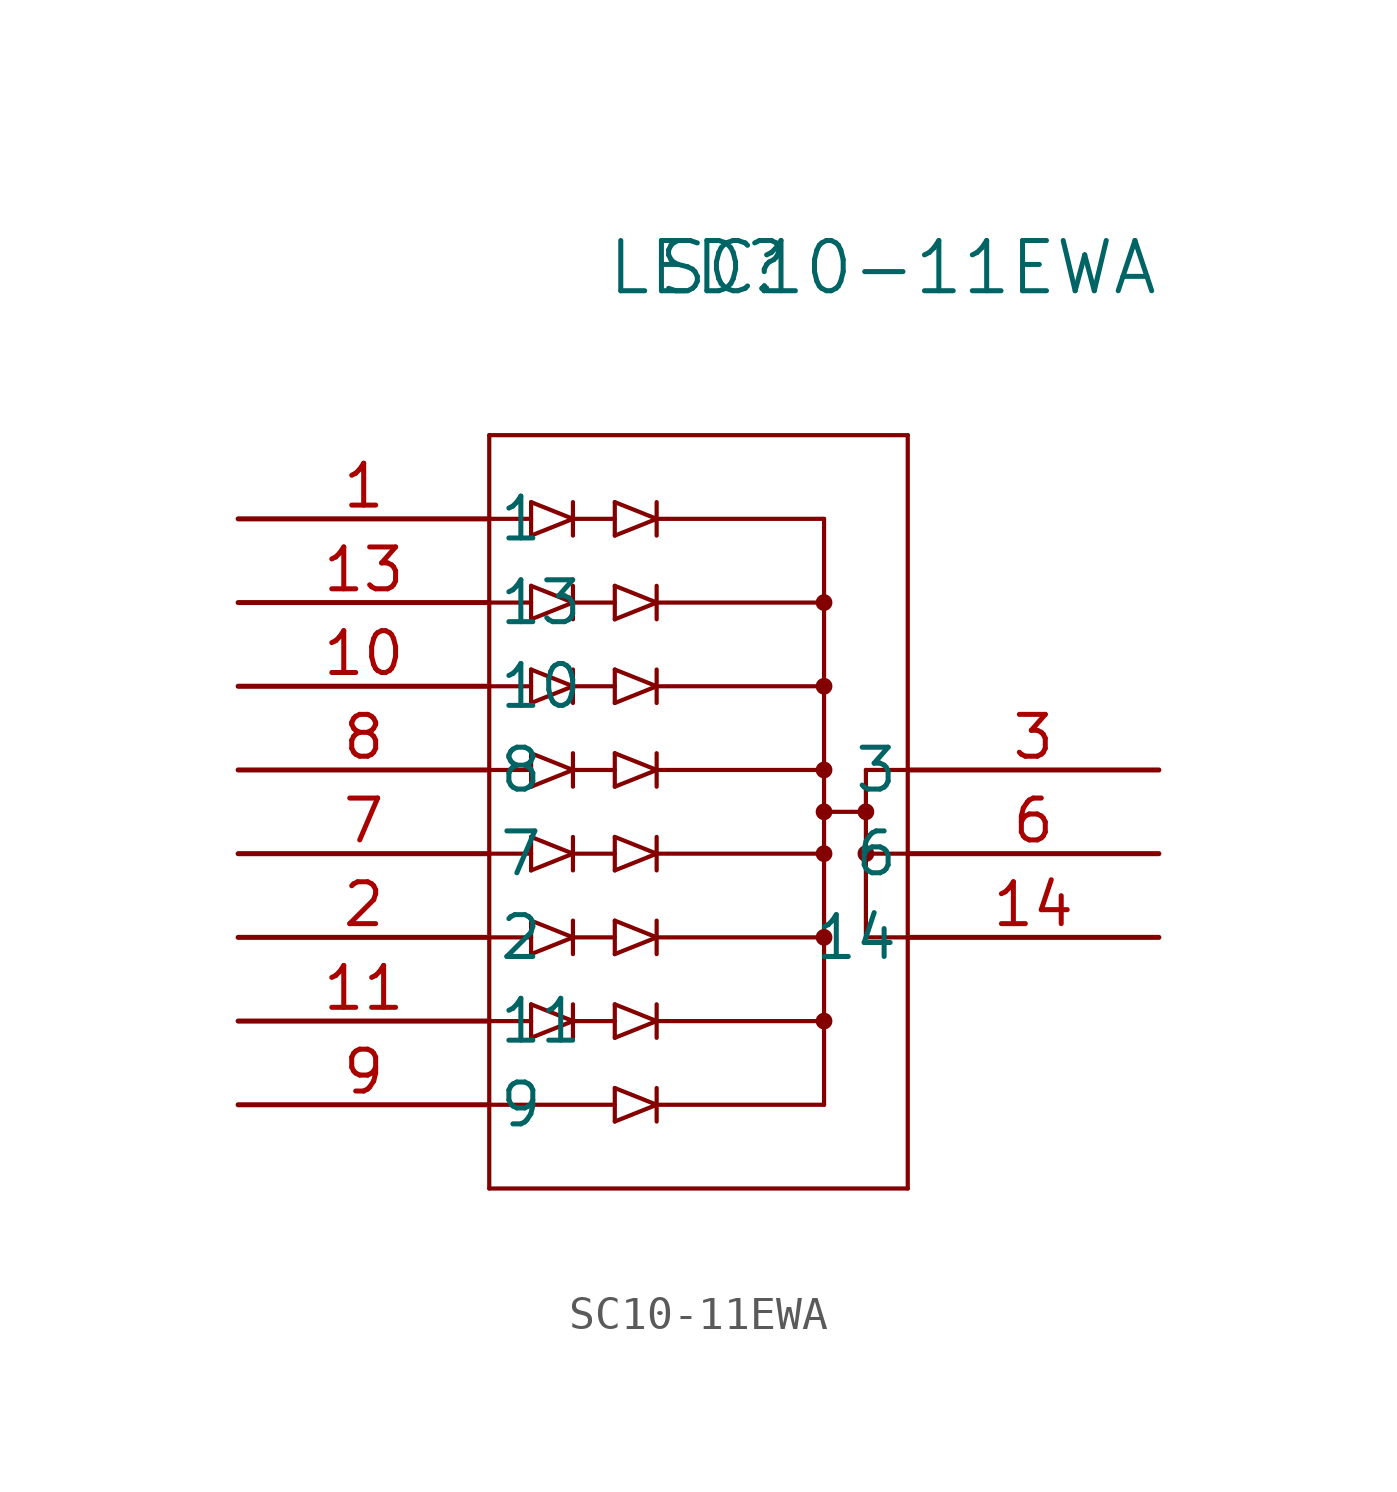
<source format=kicad_sym>
(kicad_symbol_lib
  (version 20211014)
  (generator kicad_symbol_editor)
  (symbol "SC10-11EWA"
    (pin_names
      (offset 0.254))
    (property "Reference" "LED"
      (at 13.97 7.62 0)
      (effects (font (size 1.524 1.524))))
    (property "Value" "SC10-11EWA"
      (at 20.32 7.62 0)
      (effects (font (size 1.524 1.524))))
    (symbol "SC10-11EWA_0_1"
      (polyline (pts (xy 7.62 2.54) (xy 7.62 -20.32)) (stroke (width 0.127) (type default) (color 0 0 0 0)) (fill (type none)))
      (polyline (pts (xy 7.62 -20.32) (xy 20.32 -20.32)) (stroke (width 0.127) (type default) (color 0 0 0 0)) (fill (type none)))
      (polyline (pts (xy 20.32 -20.32) (xy 20.32 2.54)) (stroke (width 0.127) (type default) (color 0 0 0 0)) (fill (type none)))
      (polyline (pts (xy 20.32 2.54) (xy 7.62 2.54)) (stroke (width 0.127) (type default) (color 0 0 0 0)) (fill (type none)))
      (polyline (pts (xy 17.78 0) (xy 12.7 0)) (stroke (width 0.127) (type default) (color 0 0 0 0)) (fill (type none)))
      (polyline (pts (xy 17.78 -2.54) (xy 12.7 -2.54)) (stroke (width 0.127) (type default) (color 0 0 0 0)) (fill (type none)))
      (polyline (pts (xy 17.78 -5.08) (xy 12.7 -5.08)) (stroke (width 0.127) (type default) (color 0 0 0 0)) (fill (type none)))
      (polyline (pts (xy 17.78 -7.62) (xy 12.7 -7.62)) (stroke (width 0.127) (type default) (color 0 0 0 0)) (fill (type none)))
      (polyline (pts (xy 17.78 -10.16) (xy 12.7 -10.16)) (stroke (width 0.127) (type default) (color 0 0 0 0)) (fill (type none)))
      (polyline (pts (xy 17.78 -12.7) (xy 12.7 -12.7)) (stroke (width 0.127) (type default) (color 0 0 0 0)) (fill (type none)))
      (polyline (pts (xy 17.78 -15.24) (xy 12.7 -15.24)) (stroke (width 0.127) (type default) (color 0 0 0 0)) (fill (type none)))
      (polyline (pts (xy 12.7 -17.78) (xy 17.78 -17.78)) (stroke (width 0.127) (type default) (color 0 0 0 0)) (fill (type none)))
      (polyline (pts (xy 20.32 -10.16) (xy 19.05 -10.16)) (stroke (width 0.127) (type default) (color 0 0 0 0)) (fill (type none)))
      (polyline (pts (xy 19.05 -12.7) (xy 20.32 -12.7)) (stroke (width 0.127) (type default) (color 0 0 0 0)) (fill (type none)))
      (polyline (pts (xy 19.05 -7.62) (xy 19.05 -12.7)) (stroke (width 0.127) (type default) (color 0 0 0 0)) (fill (type none)))
      (polyline (pts (xy 19.05 -8.89) (xy 17.78 -8.89)) (stroke (width 0.127) (type default) (color 0 0 0 0)) (fill (type none)))
      (polyline (pts (xy 17.78 0) (xy 17.78 -17.78)) (stroke (width 0.127) (type default) (color 0 0 0 0)) (fill (type none)))
      (polyline (pts (xy 10.16 0) (xy 11.43 0)) (stroke (width 0.127) (type default) (color 0 0 0 0)) (fill (type none)))
      (polyline (pts (xy 11.43 -2.54) (xy 10.16 -2.54)) (stroke (width 0.127) (type default) (color 0 0 0 0)) (fill (type none)))
      (polyline (pts (xy 10.16 -5.08) (xy 11.43 -5.08)) (stroke (width 0.127) (type default) (color 0 0 0 0)) (fill (type none)))
      (polyline (pts (xy 10.16 -7.62) (xy 11.43 -7.62)) (stroke (width 0.127) (type default) (color 0 0 0 0)) (fill (type none)))
      (polyline (pts (xy 10.16 -10.16) (xy 11.43 -10.16)) (stroke (width 0.127) (type default) (color 0 0 0 0)) (fill (type none)))
      (polyline (pts (xy 10.16 -12.7) (xy 11.43 -12.7)) (stroke (width 0.127) (type default) (color 0 0 0 0)) (fill (type none)))
      (polyline (pts (xy 10.16 -15.24) (xy 11.43 -15.24)) (stroke (width 0.127) (type default) (color 0 0 0 0)) (fill (type none)))
      (polyline (pts (xy 12.7 0) (xy 11.43 -0.508)) (stroke (width 0.127) (type default) (color 0 0 0 0)) (fill (type none)))
      (polyline (pts (xy 11.43 -0.508) (xy 11.43 0.508)) (stroke (width 0.127) (type default) (color 0 0 0 0)) (fill (type none)))
      (polyline (pts (xy 12.7 0) (xy 11.43 0.508)) (stroke (width 0.127) (type default) (color 0 0 0 0)) (fill (type none)))
      (polyline (pts (xy 12.7 0.508) (xy 12.7 -0.508)) (stroke (width 0.127) (type default) (color 0 0 0 0)) (fill (type none)))
      (polyline (pts (xy 12.7 -2.54) (xy 11.43 -3.048)) (stroke (width 0.127) (type default) (color 0 0 0 0)) (fill (type none)))
      (polyline (pts (xy 11.43 -3.048) (xy 11.43 -2.032)) (stroke (width 0.127) (type default) (color 0 0 0 0)) (fill (type none)))
      (polyline (pts (xy 12.7 -2.54) (xy 11.43 -2.032)) (stroke (width 0.127) (type default) (color 0 0 0 0)) (fill (type none)))
      (polyline (pts (xy 12.7 -2.032) (xy 12.7 -3.048)) (stroke (width 0.127) (type default) (color 0 0 0 0)) (fill (type none)))
      (circle (center 17.78 -2.54) (radius 0.127) (stroke (width 0.254) (type default) (color 0 0 0 0)) (fill (type none)))
      (polyline (pts (xy 12.7 -5.08) (xy 11.43 -5.588)) (stroke (width 0.127) (type default) (color 0 0 0 0)) (fill (type none)))
      (polyline (pts (xy 11.43 -5.588) (xy 11.43 -4.572)) (stroke (width 0.127) (type default) (color 0 0 0 0)) (fill (type none)))
      (polyline (pts (xy 12.7 -5.08) (xy 11.43 -4.572)) (stroke (width 0.127) (type default) (color 0 0 0 0)) (fill (type none)))
      (polyline (pts (xy 12.7 -4.572) (xy 12.7 -5.588)) (stroke (width 0.127) (type default) (color 0 0 0 0)) (fill (type none)))
      (circle (center 17.78 -5.08) (radius 0.127) (stroke (width 0.254) (type default) (color 0 0 0 0)) (fill (type none)))
      (polyline (pts (xy 12.7 -7.62) (xy 11.43 -8.128)) (stroke (width 0.127) (type default) (color 0 0 0 0)) (fill (type none)))
      (polyline (pts (xy 11.43 -8.128) (xy 11.43 -7.112)) (stroke (width 0.127) (type default) (color 0 0 0 0)) (fill (type none)))
      (polyline (pts (xy 12.7 -7.62) (xy 11.43 -7.112)) (stroke (width 0.127) (type default) (color 0 0 0 0)) (fill (type none)))
      (polyline (pts (xy 12.7 -7.112) (xy 12.7 -8.128)) (stroke (width 0.127) (type default) (color 0 0 0 0)) (fill (type none)))
      (circle (center 17.78 -7.62) (radius 0.127) (stroke (width 0.254) (type default) (color 0 0 0 0)) (fill (type none)))
      (polyline (pts (xy 12.7 -10.16) (xy 11.43 -10.668)) (stroke (width 0.127) (type default) (color 0 0 0 0)) (fill (type none)))
      (polyline (pts (xy 11.43 -10.668) (xy 11.43 -9.652)) (stroke (width 0.127) (type default) (color 0 0 0 0)) (fill (type none)))
      (polyline (pts (xy 12.7 -10.16) (xy 11.43 -9.652)) (stroke (width 0.127) (type default) (color 0 0 0 0)) (fill (type none)))
      (polyline (pts (xy 12.7 -9.652) (xy 12.7 -10.668)) (stroke (width 0.127) (type default) (color 0 0 0 0)) (fill (type none)))
      (circle (center 17.78 -10.16) (radius 0.127) (stroke (width 0.254) (type default) (color 0 0 0 0)) (fill (type none)))
      (polyline (pts (xy 12.7 -12.7) (xy 11.43 -13.208)) (stroke (width 0.127) (type default) (color 0 0 0 0)) (fill (type none)))
      (polyline (pts (xy 11.43 -13.208) (xy 11.43 -12.192)) (stroke (width 0.127) (type default) (color 0 0 0 0)) (fill (type none)))
      (polyline (pts (xy 12.7 -12.7) (xy 11.43 -12.192)) (stroke (width 0.127) (type default) (color 0 0 0 0)) (fill (type none)))
      (polyline (pts (xy 12.7 -12.192) (xy 12.7 -13.208)) (stroke (width 0.127) (type default) (color 0 0 0 0)) (fill (type none)))
      (circle (center 17.78 -12.7) (radius 0.127) (stroke (width 0.254) (type default) (color 0 0 0 0)) (fill (type none)))
      (polyline (pts (xy 7.62 -17.78) (xy 11.43 -17.78)) (stroke (width 0.127) (type default) (color 0 0 0 0)) (fill (type none)))
      (polyline (pts (xy 12.7 -15.24) (xy 11.43 -15.748)) (stroke (width 0.127) (type default) (color 0 0 0 0)) (fill (type none)))
      (polyline (pts (xy 11.43 -15.748) (xy 11.43 -14.732)) (stroke (width 0.127) (type default) (color 0 0 0 0)) (fill (type none)))
      (polyline (pts (xy 12.7 -15.24) (xy 11.43 -14.732)) (stroke (width 0.127) (type default) (color 0 0 0 0)) (fill (type none)))
      (polyline (pts (xy 12.7 -14.732) (xy 12.7 -15.748)) (stroke (width 0.127) (type default) (color 0 0 0 0)) (fill (type none)))
      (circle (center 17.78 -15.24) (radius 0.127) (stroke (width 0.254) (type default) (color 0 0 0 0)) (fill (type none)))
      (circle (center 17.78 -8.89) (radius 0.127) (stroke (width 0.254) (type default) (color 0 0 0 0)) (fill (type none)))
      (circle (center 19.05 -10.16) (radius 0.127) (stroke (width 0.254) (type default) (color 0 0 0 0)) (fill (type none)))
      (polyline (pts (xy 12.7 -17.78) (xy 11.43 -18.288)) (stroke (width 0.127) (type default) (color 0 0 0 0)) (fill (type none)))
      (polyline (pts (xy 11.43 -18.288) (xy 11.43 -17.272)) (stroke (width 0.127) (type default) (color 0 0 0 0)) (fill (type none)))
      (polyline (pts (xy 12.7 -17.78) (xy 11.43 -17.272)) (stroke (width 0.127) (type default) (color 0 0 0 0)) (fill (type none)))
      (polyline (pts (xy 12.7 -17.272) (xy 12.7 -18.288)) (stroke (width 0.127) (type default) (color 0 0 0 0)) (fill (type none)))
      (polyline (pts (xy 7.62 0) (xy 8.89 0)) (stroke (width 0.127) (type default) (color 0 0 0 0)) (fill (type none)))
      (polyline (pts (xy 8.89 -2.54) (xy 7.62 -2.54)) (stroke (width 0.127) (type default) (color 0 0 0 0)) (fill (type none)))
      (polyline (pts (xy 7.62 -5.08) (xy 8.89 -5.08)) (stroke (width 0.127) (type default) (color 0 0 0 0)) (fill (type none)))
      (polyline (pts (xy 7.62 -7.62) (xy 8.89 -7.62)) (stroke (width 0.127) (type default) (color 0 0 0 0)) (fill (type none)))
      (polyline (pts (xy 7.62 -10.16) (xy 8.89 -10.16)) (stroke (width 0.127) (type default) (color 0 0 0 0)) (fill (type none)))
      (polyline (pts (xy 7.62 -12.7) (xy 8.89 -12.7)) (stroke (width 0.127) (type default) (color 0 0 0 0)) (fill (type none)))
      (polyline (pts (xy 7.62 -15.24) (xy 8.89 -15.24)) (stroke (width 0.127) (type default) (color 0 0 0 0)) (fill (type none)))
      (polyline (pts (xy 10.16 0) (xy 8.89 -0.508)) (stroke (width 0.127) (type default) (color 0 0 0 0)) (fill (type none)))
      (polyline (pts (xy 8.89 -0.508) (xy 8.89 0.508)) (stroke (width 0.127) (type default) (color 0 0 0 0)) (fill (type none)))
      (polyline (pts (xy 10.16 0) (xy 8.89 0.508)) (stroke (width 0.127) (type default) (color 0 0 0 0)) (fill (type none)))
      (polyline (pts (xy 10.16 0.508) (xy 10.16 -0.508)) (stroke (width 0.127) (type default) (color 0 0 0 0)) (fill (type none)))
      (polyline (pts (xy 10.16 -2.54) (xy 8.89 -3.048)) (stroke (width 0.127) (type default) (color 0 0 0 0)) (fill (type none)))
      (polyline (pts (xy 8.89 -3.048) (xy 8.89 -2.032)) (stroke (width 0.127) (type default) (color 0 0 0 0)) (fill (type none)))
      (polyline (pts (xy 10.16 -2.54) (xy 8.89 -2.032)) (stroke (width 0.127) (type default) (color 0 0 0 0)) (fill (type none)))
      (polyline (pts (xy 10.16 -2.032) (xy 10.16 -3.048)) (stroke (width 0.127) (type default) (color 0 0 0 0)) (fill (type none)))
      (polyline (pts (xy 10.16 -5.08) (xy 8.89 -5.588)) (stroke (width 0.127) (type default) (color 0 0 0 0)) (fill (type none)))
      (polyline (pts (xy 8.89 -5.588) (xy 8.89 -4.572)) (stroke (width 0.127) (type default) (color 0 0 0 0)) (fill (type none)))
      (polyline (pts (xy 10.16 -5.08) (xy 8.89 -4.572)) (stroke (width 0.127) (type default) (color 0 0 0 0)) (fill (type none)))
      (polyline (pts (xy 10.16 -4.572) (xy 10.16 -5.588)) (stroke (width 0.127) (type default) (color 0 0 0 0)) (fill (type none)))
      (polyline (pts (xy 10.16 -7.62) (xy 8.89 -8.128)) (stroke (width 0.127) (type default) (color 0 0 0 0)) (fill (type none)))
      (polyline (pts (xy 8.89 -8.128) (xy 8.89 -7.112)) (stroke (width 0.127) (type default) (color 0 0 0 0)) (fill (type none)))
      (polyline (pts (xy 10.16 -7.62) (xy 8.89 -7.112)) (stroke (width 0.127) (type default) (color 0 0 0 0)) (fill (type none)))
      (polyline (pts (xy 10.16 -7.112) (xy 10.16 -8.128)) (stroke (width 0.127) (type default) (color 0 0 0 0)) (fill (type none)))
      (polyline (pts (xy 10.16 -10.16) (xy 8.89 -10.668)) (stroke (width 0.127) (type default) (color 0 0 0 0)) (fill (type none)))
      (polyline (pts (xy 8.89 -10.668) (xy 8.89 -9.652)) (stroke (width 0.127) (type default) (color 0 0 0 0)) (fill (type none)))
      (polyline (pts (xy 10.16 -10.16) (xy 8.89 -9.652)) (stroke (width 0.127) (type default) (color 0 0 0 0)) (fill (type none)))
      (polyline (pts (xy 10.16 -9.652) (xy 10.16 -10.668)) (stroke (width 0.127) (type default) (color 0 0 0 0)) (fill (type none)))
      (polyline (pts (xy 10.16 -12.7) (xy 8.89 -13.208)) (stroke (width 0.127) (type default) (color 0 0 0 0)) (fill (type none)))
      (polyline (pts (xy 8.89 -13.208) (xy 8.89 -12.192)) (stroke (width 0.127) (type default) (color 0 0 0 0)) (fill (type none)))
      (polyline (pts (xy 10.16 -12.7) (xy 8.89 -12.192)) (stroke (width 0.127) (type default) (color 0 0 0 0)) (fill (type none)))
      (polyline (pts (xy 10.16 -12.192) (xy 10.16 -13.208)) (stroke (width 0.127) (type default) (color 0 0 0 0)) (fill (type none)))
      (polyline (pts (xy 10.16 -15.24) (xy 8.89 -15.748)) (stroke (width 0.127) (type default) (color 0 0 0 0)) (fill (type none)))
      (polyline (pts (xy 8.89 -15.748) (xy 8.89 -14.732)) (stroke (width 0.127) (type default) (color 0 0 0 0)) (fill (type none)))
      (polyline (pts (xy 10.16 -15.24) (xy 8.89 -14.732)) (stroke (width 0.127) (type default) (color 0 0 0 0)) (fill (type none)))
      (polyline (pts (xy 10.16 -14.732) (xy 10.16 -15.748)) (stroke (width 0.127) (type default) (color 0 0 0 0)) (fill (type none)))
      (polyline (pts (xy 20.32 -7.62) (xy 19.05 -7.62)) (stroke (width 0.127) (type default) (color 0 0 0 0)) (fill (type none)))
      (circle (center 19.05 -8.89) (radius 0.127) (stroke (width 0.254) (type default) (color 0 0 0 0)) (fill (type none)))
      (pin unspecified line (at 0 0 0) (length 7.62) (name "1" (effects (font (size 1.27 1.27)))) (number "1" (effects (font (size 1.27 1.27)))))
      (pin unspecified line (at 0 -12.7 0) (length 7.62) (name "2" (effects (font (size 1.27 1.27)))) (number "2" (effects (font (size 1.27 1.27)))))
      (pin unspecified line (at 27.94 -7.62 180) (length 7.62) (name "3" (effects (font (size 1.27 1.27)))) (number "3" (effects (font (size 1.27 1.27)))))
      (pin unspecified line (at 27.94 -10.16 180) (length 7.62) (name "6" (effects (font (size 1.27 1.27)))) (number "6" (effects (font (size 1.27 1.27)))))
      (pin unspecified line (at 0 -10.16 0) (length 7.62) (name "7" (effects (font (size 1.27 1.27)))) (number "7" (effects (font (size 1.27 1.27)))))
      (pin unspecified line (at 0 -7.62 0) (length 7.62) (name "8" (effects (font (size 1.27 1.27)))) (number "8" (effects (font (size 1.27 1.27)))))
      (pin unspecified line (at 0 -17.78 0) (length 7.62) (name "9" (effects (font (size 1.27 1.27)))) (number "9" (effects (font (size 1.27 1.27)))))
      (pin unspecified line (at 0 -5.08 0) (length 7.62) (name "10" (effects (font (size 1.27 1.27)))) (number "10" (effects (font (size 1.27 1.27)))))
      (pin unspecified line (at 0 -15.24 0) (length 7.62) (name "11" (effects (font (size 1.27 1.27)))) (number "11" (effects (font (size 1.27 1.27)))))
      (pin unspecified line (at 0 -2.54 0) (length 7.62) (name "13" (effects (font (size 1.27 1.27)))) (number "13" (effects (font (size 1.27 1.27)))))
      (pin unspecified line (at 27.94 -12.7 180) (length 7.62) (name "14" (effects (font (size 1.27 1.27)))) (number "14" (effects (font (size 1.27 1.27))))))))
</source>
